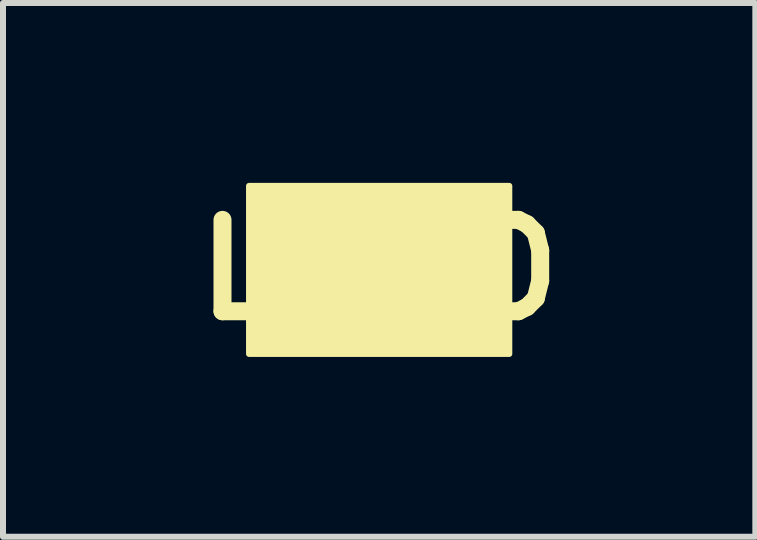
<source format=kicad_pcb>
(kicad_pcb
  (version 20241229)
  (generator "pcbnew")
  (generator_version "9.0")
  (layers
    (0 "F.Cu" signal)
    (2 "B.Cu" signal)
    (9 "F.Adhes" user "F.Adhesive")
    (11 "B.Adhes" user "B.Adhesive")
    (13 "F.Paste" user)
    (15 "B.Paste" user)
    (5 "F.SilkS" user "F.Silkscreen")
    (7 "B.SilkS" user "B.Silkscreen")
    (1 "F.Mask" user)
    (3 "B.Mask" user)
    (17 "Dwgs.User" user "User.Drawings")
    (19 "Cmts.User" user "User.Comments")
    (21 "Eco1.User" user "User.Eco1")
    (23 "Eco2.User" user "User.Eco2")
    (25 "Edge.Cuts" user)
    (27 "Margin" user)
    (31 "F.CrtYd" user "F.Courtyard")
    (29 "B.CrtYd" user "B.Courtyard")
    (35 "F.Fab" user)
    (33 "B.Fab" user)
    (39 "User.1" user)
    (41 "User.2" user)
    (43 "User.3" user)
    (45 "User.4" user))
  (footprint "LOGO"
    (layer "F.Cu")
    (at 3.273 1.451)
    (property "Reference" "LOGO" (at 0 0 0) (layer "F.SilkS") (effects (font (size 1.524 1.524) (thickness 0.3))))
    (attr through_hole)
    (fp_poly (pts (xy 2.17 1.401) (xy 0 1.401) (xy -2.17 1.401) (xy -2.17 0) (xy -2.17 -1.401) (xy 0 -1.401) (xy 2.17 -1.401) (xy 2.17 0) (xy 2.17 1.401)) (stroke (width 0.1) (type solid)) (fill yes) (layer "F.SilkS")))
  (gr_rect
    (start -3 -3)
    (end 9.546 5.901)
    (stroke (width 0.1) (type default))
    (fill no)
    (layer "Edge.Cuts")))
</source>
